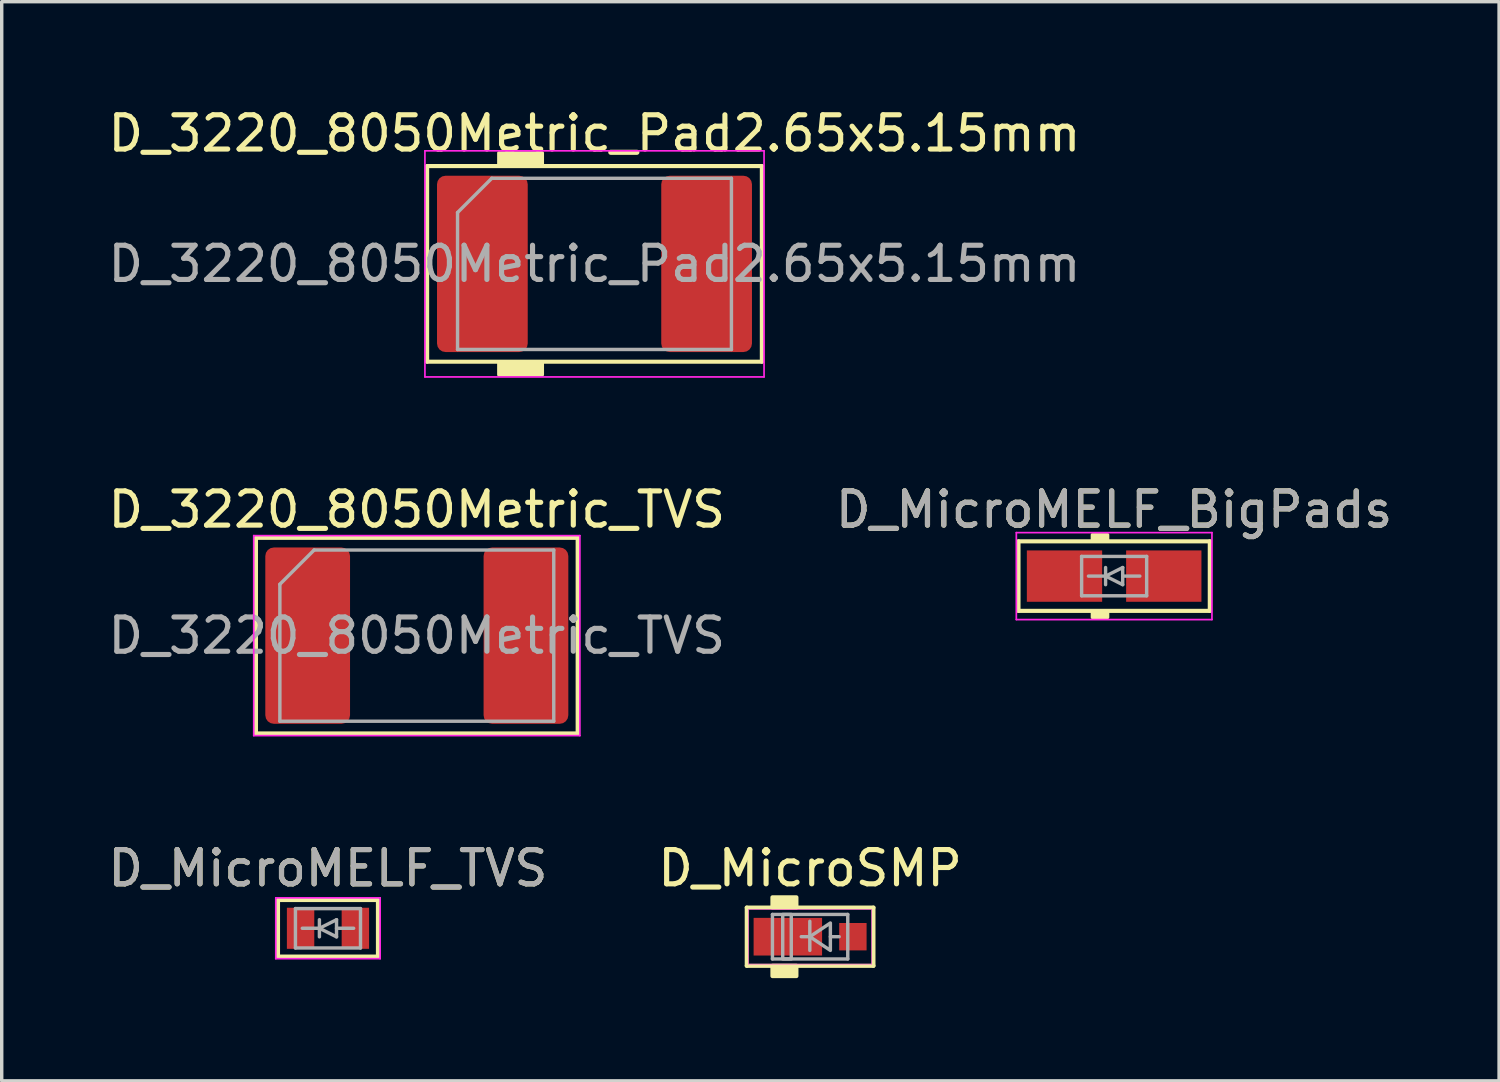
<source format=kicad_pcb>
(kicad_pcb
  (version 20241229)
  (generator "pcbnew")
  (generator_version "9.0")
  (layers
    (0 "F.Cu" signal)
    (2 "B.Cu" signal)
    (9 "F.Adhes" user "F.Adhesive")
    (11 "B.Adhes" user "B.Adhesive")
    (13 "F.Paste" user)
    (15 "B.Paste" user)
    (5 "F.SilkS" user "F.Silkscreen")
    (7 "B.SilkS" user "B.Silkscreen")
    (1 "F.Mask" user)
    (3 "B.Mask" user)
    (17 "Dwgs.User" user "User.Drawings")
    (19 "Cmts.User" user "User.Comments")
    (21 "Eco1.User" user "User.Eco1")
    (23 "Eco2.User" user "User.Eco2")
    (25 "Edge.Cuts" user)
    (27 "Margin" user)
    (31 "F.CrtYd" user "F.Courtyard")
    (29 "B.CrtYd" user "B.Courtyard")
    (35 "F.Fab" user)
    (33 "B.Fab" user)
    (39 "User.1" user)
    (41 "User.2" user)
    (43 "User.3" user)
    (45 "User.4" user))
  (footprint "D_MicroMELF_BigPads"
    (layer "F.Cu")
    (at 29.494 13.778)
    (property "Reference" "D_MicroMELF_BigPads" (at 0 -1.944 0) (layer "F.SilkS") (effects (font (size 1 1) (thickness 0.15))))
    (attr smd)
    (fp_line (start -2.794 -1.016) (end 2.794 -1.016) (stroke (width 0.12) (type solid)) (layer "F.SilkS"))
    (fp_line (start -2.794 1.016) (end -2.794 -1.016) (stroke (width 0.12) (type solid)) (layer "F.SilkS"))
    (fp_line (start 2.794 -1.016) (end 2.794 1.016) (stroke (width 0.12) (type solid)) (layer "F.SilkS"))
    (fp_line (start 2.794 1.016) (end -2.794 1.016) (stroke (width 0.12) (type solid)) (layer "F.SilkS"))
    (fp_poly (pts (xy -0.191 -1.016) (xy -0.635 -1.016) (xy -0.635 -1.206) (xy -0.191 -1.206)) (stroke (width 0.1) (type solid)) (fill yes) (layer "F.SilkS"))
    (fp_poly (pts (xy -0.191 1.206) (xy -0.635 1.206) (xy -0.635 1.016) (xy -0.191 1.016)) (stroke (width 0.1) (type solid)) (fill yes) (layer "F.SilkS"))
    (fp_line (start -2.857 -1.27) (end -2.857 1.27) (stroke (width 0.05) (type solid)) (layer "F.CrtYd"))
    (fp_line (start -2.857 -1.27) (end 2.857 -1.27) (stroke (width 0.05) (type solid)) (layer "F.CrtYd"))
    (fp_line (start 2.857 1.27) (end -2.857 1.27) (stroke (width 0.05) (type solid)) (layer "F.CrtYd"))
    (fp_line (start 2.857 1.27) (end 2.857 -1.27) (stroke (width 0.05) (type solid)) (layer "F.CrtYd"))
    (fp_line (start -0.95 -0.575) (end 0.95 -0.575) (stroke (width 0.1) (type solid)) (layer "F.Fab"))
    (fp_line (start -0.95 0.575) (end -0.95 -0.575) (stroke (width 0.1) (type solid)) (layer "F.Fab"))
    (fp_line (start -0.25 -0.25) (end -0.25 0.25) (stroke (width 0.1) (type solid)) (layer "F.Fab"))
    (fp_line (start -0.25 0) (end -0.75 0) (stroke (width 0.1) (type solid)) (layer "F.Fab"))
    (fp_line (start -0.25 0) (end 0.25 -0.25) (stroke (width 0.1) (type solid)) (layer "F.Fab"))
    (fp_line (start 0.25 -0.25) (end 0.25 0.25) (stroke (width 0.1) (type solid)) (layer "F.Fab"))
    (fp_line (start 0.25 0) (end 0.75 0) (stroke (width 0.1) (type solid)) (layer "F.Fab"))
    (fp_line (start 0.25 0.25) (end -0.25 0) (stroke (width 0.1) (type solid)) (layer "F.Fab"))
    (fp_line (start 0.95 -0.575) (end 0.95 0.575) (stroke (width 0.1) (type solid)) (layer "F.Fab"))
    (fp_line (start 0.95 0.575) (end -0.95 0.575) (stroke (width 0.1) (type solid)) (layer "F.Fab"))
    (fp_text user "${REFERENCE}" (at 0 -1.944 0) (layer "F.Fab") (effects (font (size 1 1) (thickness 0.15))))
    (pad "1" smd rect (at -1.45 0) (size 2.2 1.5) (layers "F.Cu" "F.Mask" "F.Paste"))
    (pad "2" smd rect (at 1.45 0) (size 2.2 1.5) (layers "F.Cu" "F.Mask" "F.Paste")))
  (footprint "D_MicroSMP"
    (layer "F.Cu")
    (at 20.613 24.311)
    (property "Reference" "D_MicroSMP" (at 0 -2 0) (unlocked yes) (layer "F.SilkS") (effects (font (size 1 1) (thickness 0.15))))
    (fp_line (start -1.85 -0.85) (end -1.85 0.85) (stroke (width 0.12) (type solid)) (layer "F.SilkS"))
    (fp_line (start -1.85 0.85) (end 1.85 0.85) (stroke (width 0.12) (type solid)) (layer "F.SilkS"))
    (fp_line (start 1.85 -0.85) (end -1.85 -0.85) (stroke (width 0.12) (type solid)) (layer "F.SilkS"))
    (fp_line (start 1.85 0.85) (end 1.85 -0.85) (stroke (width 0.12) (type solid)) (layer "F.SilkS"))
    (fp_rect (start -0.4 -0.85) (end -1.1 -1.15) (stroke (width 0.12) (type solid)) (fill yes) (layer "F.SilkS"))
    (fp_rect (start -0.4 1.15) (end -1.1 0.85) (stroke (width 0.12) (type solid)) (fill yes) (layer "F.SilkS"))
    (fp_line (start -1.8 -0.8) (end -1.8 0.8) (stroke (width 0.013) (type solid)) (layer "F.CrtYd"))
    (fp_line (start -1.8 0.8) (end 1.8 0.8) (stroke (width 0.013) (type solid)) (layer "F.CrtYd"))
    (fp_line (start 1.8 -0.8) (end -1.8 -0.8) (stroke (width 0.013) (type solid)) (layer "F.CrtYd"))
    (fp_line (start 1.8 0.8) (end 1.8 -0.8) (stroke (width 0.013) (type solid)) (layer "F.CrtYd"))
    (fp_line (start -1.1 -0.65) (end -1.1 0.65) (stroke (width 0.1) (type solid)) (layer "F.Fab"))
    (fp_line (start -1.1 0.65) (end 1.1 0.65) (stroke (width 0.1) (type solid)) (layer "F.Fab"))
    (fp_line (start -0.008 -0.45) (end -0.008 0.4) (stroke (width 0.1) (type solid)) (layer "F.Fab"))
    (fp_line (start -0.008 0) (end -0.258 0) (stroke (width 0.1) (type solid)) (layer "F.Fab"))
    (fp_line (start 0.85 0) (end 0.592 0) (stroke (width 0.1) (type solid)) (layer "F.Fab"))
    (fp_line (start 1.1 -0.65) (end -1.1 -0.65) (stroke (width 0.1) (type solid)) (layer "F.Fab"))
    (fp_line (start 1.1 0.65) (end 1.1 -0.65) (stroke (width 0.1) (type solid)) (layer "F.Fab"))
    (fp_rect (start -0.8 -0.65) (end -0.55 0.65) (stroke (width 0.1) (type solid)) (fill no) (layer "F.Fab"))
    (fp_poly (pts (xy 0.592 0.4) (xy -0.008 0) (xy 0.592 -0.4)) (stroke (width 0.1) (type solid)) (fill no) (layer "F.Fab"))
    (pad "1" smd rect (at -0.65 0) (size 2 1.1) (layers "F.Cu" "F.Mask" "F.Paste"))
    (pad "2" smd rect (at 1.25 0) (size 0.8 0.8) (layers "F.Cu" "F.Mask" "F.Paste")))
  (footprint "D_3220_8050Metric_Pad2.65x5.15mm"
    (layer "F.Cu")
    (at 14.315 4.658)
    (property "Reference" "D_3220_8050Metric_Pad2.65x5.15mm" (at 0 -3.81 0) (layer "F.SilkS") (effects (font (size 1 1) (thickness 0.15))))
    (attr smd)
    (fp_line (start -4.889 -2.857) (end 4.889 -2.857) (stroke (width 0.12) (type solid)) (layer "F.SilkS"))
    (fp_line (start -4.889 2.857) (end -4.889 -2.857) (stroke (width 0.12) (type solid)) (layer "F.SilkS"))
    (fp_line (start 4.889 -2.857) (end 4.889 2.857) (stroke (width 0.12) (type solid)) (layer "F.SilkS"))
    (fp_line (start 4.889 2.857) (end -4.889 2.857) (stroke (width 0.12) (type solid)) (layer "F.SilkS"))
    (fp_poly (pts (xy -1.524 -2.857) (xy -2.794 -2.857) (xy -2.794 -3.239) (xy -1.524 -3.239)) (stroke (width 0.1) (type solid)) (fill yes) (layer "F.SilkS"))
    (fp_poly (pts (xy -1.524 3.239) (xy -2.794 3.239) (xy -2.794 2.857) (xy -1.524 2.857)) (stroke (width 0.1) (type solid)) (fill yes) (layer "F.SilkS"))
    (fp_line (start -4.953 -3.302) (end 4.953 -3.302) (stroke (width 0.05) (type solid)) (layer "F.CrtYd"))
    (fp_line (start -4.953 3.302) (end -4.953 -3.302) (stroke (width 0.05) (type solid)) (layer "F.CrtYd"))
    (fp_line (start 4.953 -3.302) (end 4.953 3.302) (stroke (width 0.05) (type solid)) (layer "F.CrtYd"))
    (fp_line (start 4.953 3.302) (end -4.953 3.302) (stroke (width 0.05) (type solid)) (layer "F.CrtYd"))
    (fp_line (start -4 -1.5) (end -4 2.5) (stroke (width 0.1) (type solid)) (layer "F.Fab"))
    (fp_line (start -4 2.5) (end 4 2.5) (stroke (width 0.1) (type solid)) (layer "F.Fab"))
    (fp_line (start -3 -2.5) (end -4 -1.5) (stroke (width 0.1) (type solid)) (layer "F.Fab"))
    (fp_line (start 4 -2.5) (end -3 -2.5) (stroke (width 0.1) (type solid)) (layer "F.Fab"))
    (fp_line (start 4 2.5) (end 4 -2.5) (stroke (width 0.1) (type solid)) (layer "F.Fab"))
    (fp_text user "${REFERENCE}" (at 0 0 0) (layer "F.Fab") (effects (font (size 1 1) (thickness 0.15))))
    (pad "1" smd roundrect (at -3.275 0) (size 2.65 5.15) (layers "F.Cu" "F.Mask" "F.Paste") (roundrect_rratio 0.094))
    (pad "2" smd roundrect (at 3.275 0) (size 2.65 5.15) (layers "F.Cu" "F.Mask" "F.Paste") (roundrect_rratio 0.094)))
  (footprint "D_MicroMELF_TVS"
    (layer "F.Cu")
    (at 6.53 24.065)
    (property "Reference" "D_MicroMELF_TVS" (at 0 -1.754 0) (layer "F.SilkS") (effects (font (size 1 1) (thickness 0.15))))
    (attr smd)
    (fp_line (start -1.46 -0.826) (end 1.46 -0.826) (stroke (width 0.12) (type solid)) (layer "F.SilkS"))
    (fp_line (start -1.46 0.826) (end -1.46 -0.826) (stroke (width 0.12) (type solid)) (layer "F.SilkS"))
    (fp_line (start 1.46 -0.826) (end 1.46 0.826) (stroke (width 0.12) (type solid)) (layer "F.SilkS"))
    (fp_line (start 1.46 0.826) (end -1.46 0.826) (stroke (width 0.12) (type solid)) (layer "F.SilkS"))
    (fp_line (start -1.524 -0.889) (end -1.524 0.889) (stroke (width 0.05) (type solid)) (layer "F.CrtYd"))
    (fp_line (start -1.524 -0.889) (end 1.524 -0.889) (stroke (width 0.05) (type solid)) (layer "F.CrtYd"))
    (fp_line (start 1.524 0.889) (end -1.524 0.889) (stroke (width 0.05) (type solid)) (layer "F.CrtYd"))
    (fp_line (start 1.524 0.889) (end 1.524 -0.889) (stroke (width 0.05) (type solid)) (layer "F.CrtYd"))
    (fp_line (start -0.95 -0.575) (end 0.95 -0.575) (stroke (width 0.1) (type solid)) (layer "F.Fab"))
    (fp_line (start -0.95 0.575) (end -0.95 -0.575) (stroke (width 0.1) (type solid)) (layer "F.Fab"))
    (fp_line (start -0.25 -0.25) (end -0.25 0.25) (stroke (width 0.1) (type solid)) (layer "F.Fab"))
    (fp_line (start -0.25 0) (end -0.75 0) (stroke (width 0.1) (type solid)) (layer "F.Fab"))
    (fp_line (start -0.25 0) (end 0.25 -0.25) (stroke (width 0.1) (type solid)) (layer "F.Fab"))
    (fp_line (start 0.25 -0.25) (end 0.25 0.25) (stroke (width 0.1) (type solid)) (layer "F.Fab"))
    (fp_line (start 0.25 0) (end 0.75 0) (stroke (width 0.1) (type solid)) (layer "F.Fab"))
    (fp_line (start 0.25 0.25) (end -0.25 0) (stroke (width 0.1) (type solid)) (layer "F.Fab"))
    (fp_line (start 0.95 -0.575) (end 0.95 0.575) (stroke (width 0.1) (type solid)) (layer "F.Fab"))
    (fp_line (start 0.95 0.575) (end -0.95 0.575) (stroke (width 0.1) (type solid)) (layer "F.Fab"))
    (fp_text user "${REFERENCE}" (at 0 -1.754 0) (layer "F.Fab") (effects (font (size 1 1) (thickness 0.15))))
    (pad "1" smd rect (at -0.8 0) (size 0.8 1.2) (layers "F.Cu" "F.Mask" "F.Paste"))
    (pad "2" smd rect (at 0.8 0) (size 0.8 1.2) (layers "F.Cu" "F.Mask" "F.Paste")))
  (footprint "D_3220_8050Metric_TVS"
    (layer "F.Cu")
    (at 9.125 15.517)
    (property "Reference" "D_3220_8050Metric_TVS" (at 0 -3.683 0) (layer "F.SilkS") (effects (font (size 1 1) (thickness 0.15))))
    (attr smd)
    (fp_line (start -4.699 -2.857) (end 4.699 -2.857) (stroke (width 0.12) (type solid)) (layer "F.SilkS"))
    (fp_line (start -4.699 2.857) (end -4.699 -2.857) (stroke (width 0.12) (type solid)) (layer "F.SilkS"))
    (fp_line (start 4.699 -2.857) (end 4.699 2.857) (stroke (width 0.12) (type solid)) (layer "F.SilkS"))
    (fp_line (start 4.699 2.857) (end -4.699 2.857) (stroke (width 0.12) (type solid)) (layer "F.SilkS"))
    (fp_line (start -4.763 -2.921) (end 4.763 -2.921) (stroke (width 0.05) (type solid)) (layer "F.CrtYd"))
    (fp_line (start -4.763 2.921) (end -4.763 -2.921) (stroke (width 0.05) (type solid)) (layer "F.CrtYd"))
    (fp_line (start 4.763 -2.921) (end 4.763 2.921) (stroke (width 0.05) (type solid)) (layer "F.CrtYd"))
    (fp_line (start 4.763 2.921) (end -4.763 2.921) (stroke (width 0.05) (type solid)) (layer "F.CrtYd"))
    (fp_line (start -4 -1.5) (end -4 2.5) (stroke (width 0.1) (type solid)) (layer "F.Fab"))
    (fp_line (start -4 2.5) (end 4 2.5) (stroke (width 0.1) (type solid)) (layer "F.Fab"))
    (fp_line (start -3 -2.5) (end -4 -1.5) (stroke (width 0.1) (type solid)) (layer "F.Fab"))
    (fp_line (start 4 -2.5) (end -3 -2.5) (stroke (width 0.1) (type solid)) (layer "F.Fab"))
    (fp_line (start 4 2.5) (end 4 -2.5) (stroke (width 0.1) (type solid)) (layer "F.Fab"))
    (fp_text user "${REFERENCE}" (at 0 0 0) (layer "F.Fab") (effects (font (size 1 1) (thickness 0.15))))
    (pad "1" smd roundrect (at -3.188 0) (size 2.475 5.15) (layers "F.Cu" "F.Mask" "F.Paste") (roundrect_rratio 0.101))
    (pad "2" smd roundrect (at 3.188 0) (size 2.475 5.15) (layers "F.Cu" "F.Mask" "F.Paste") (roundrect_rratio 0.101)))
  (gr_rect
    (start -3 -3)
    (end 40.738 28.521)
    (stroke (width 0.1) (type default))
    (fill no)
    (layer "Edge.Cuts")))
</source>
